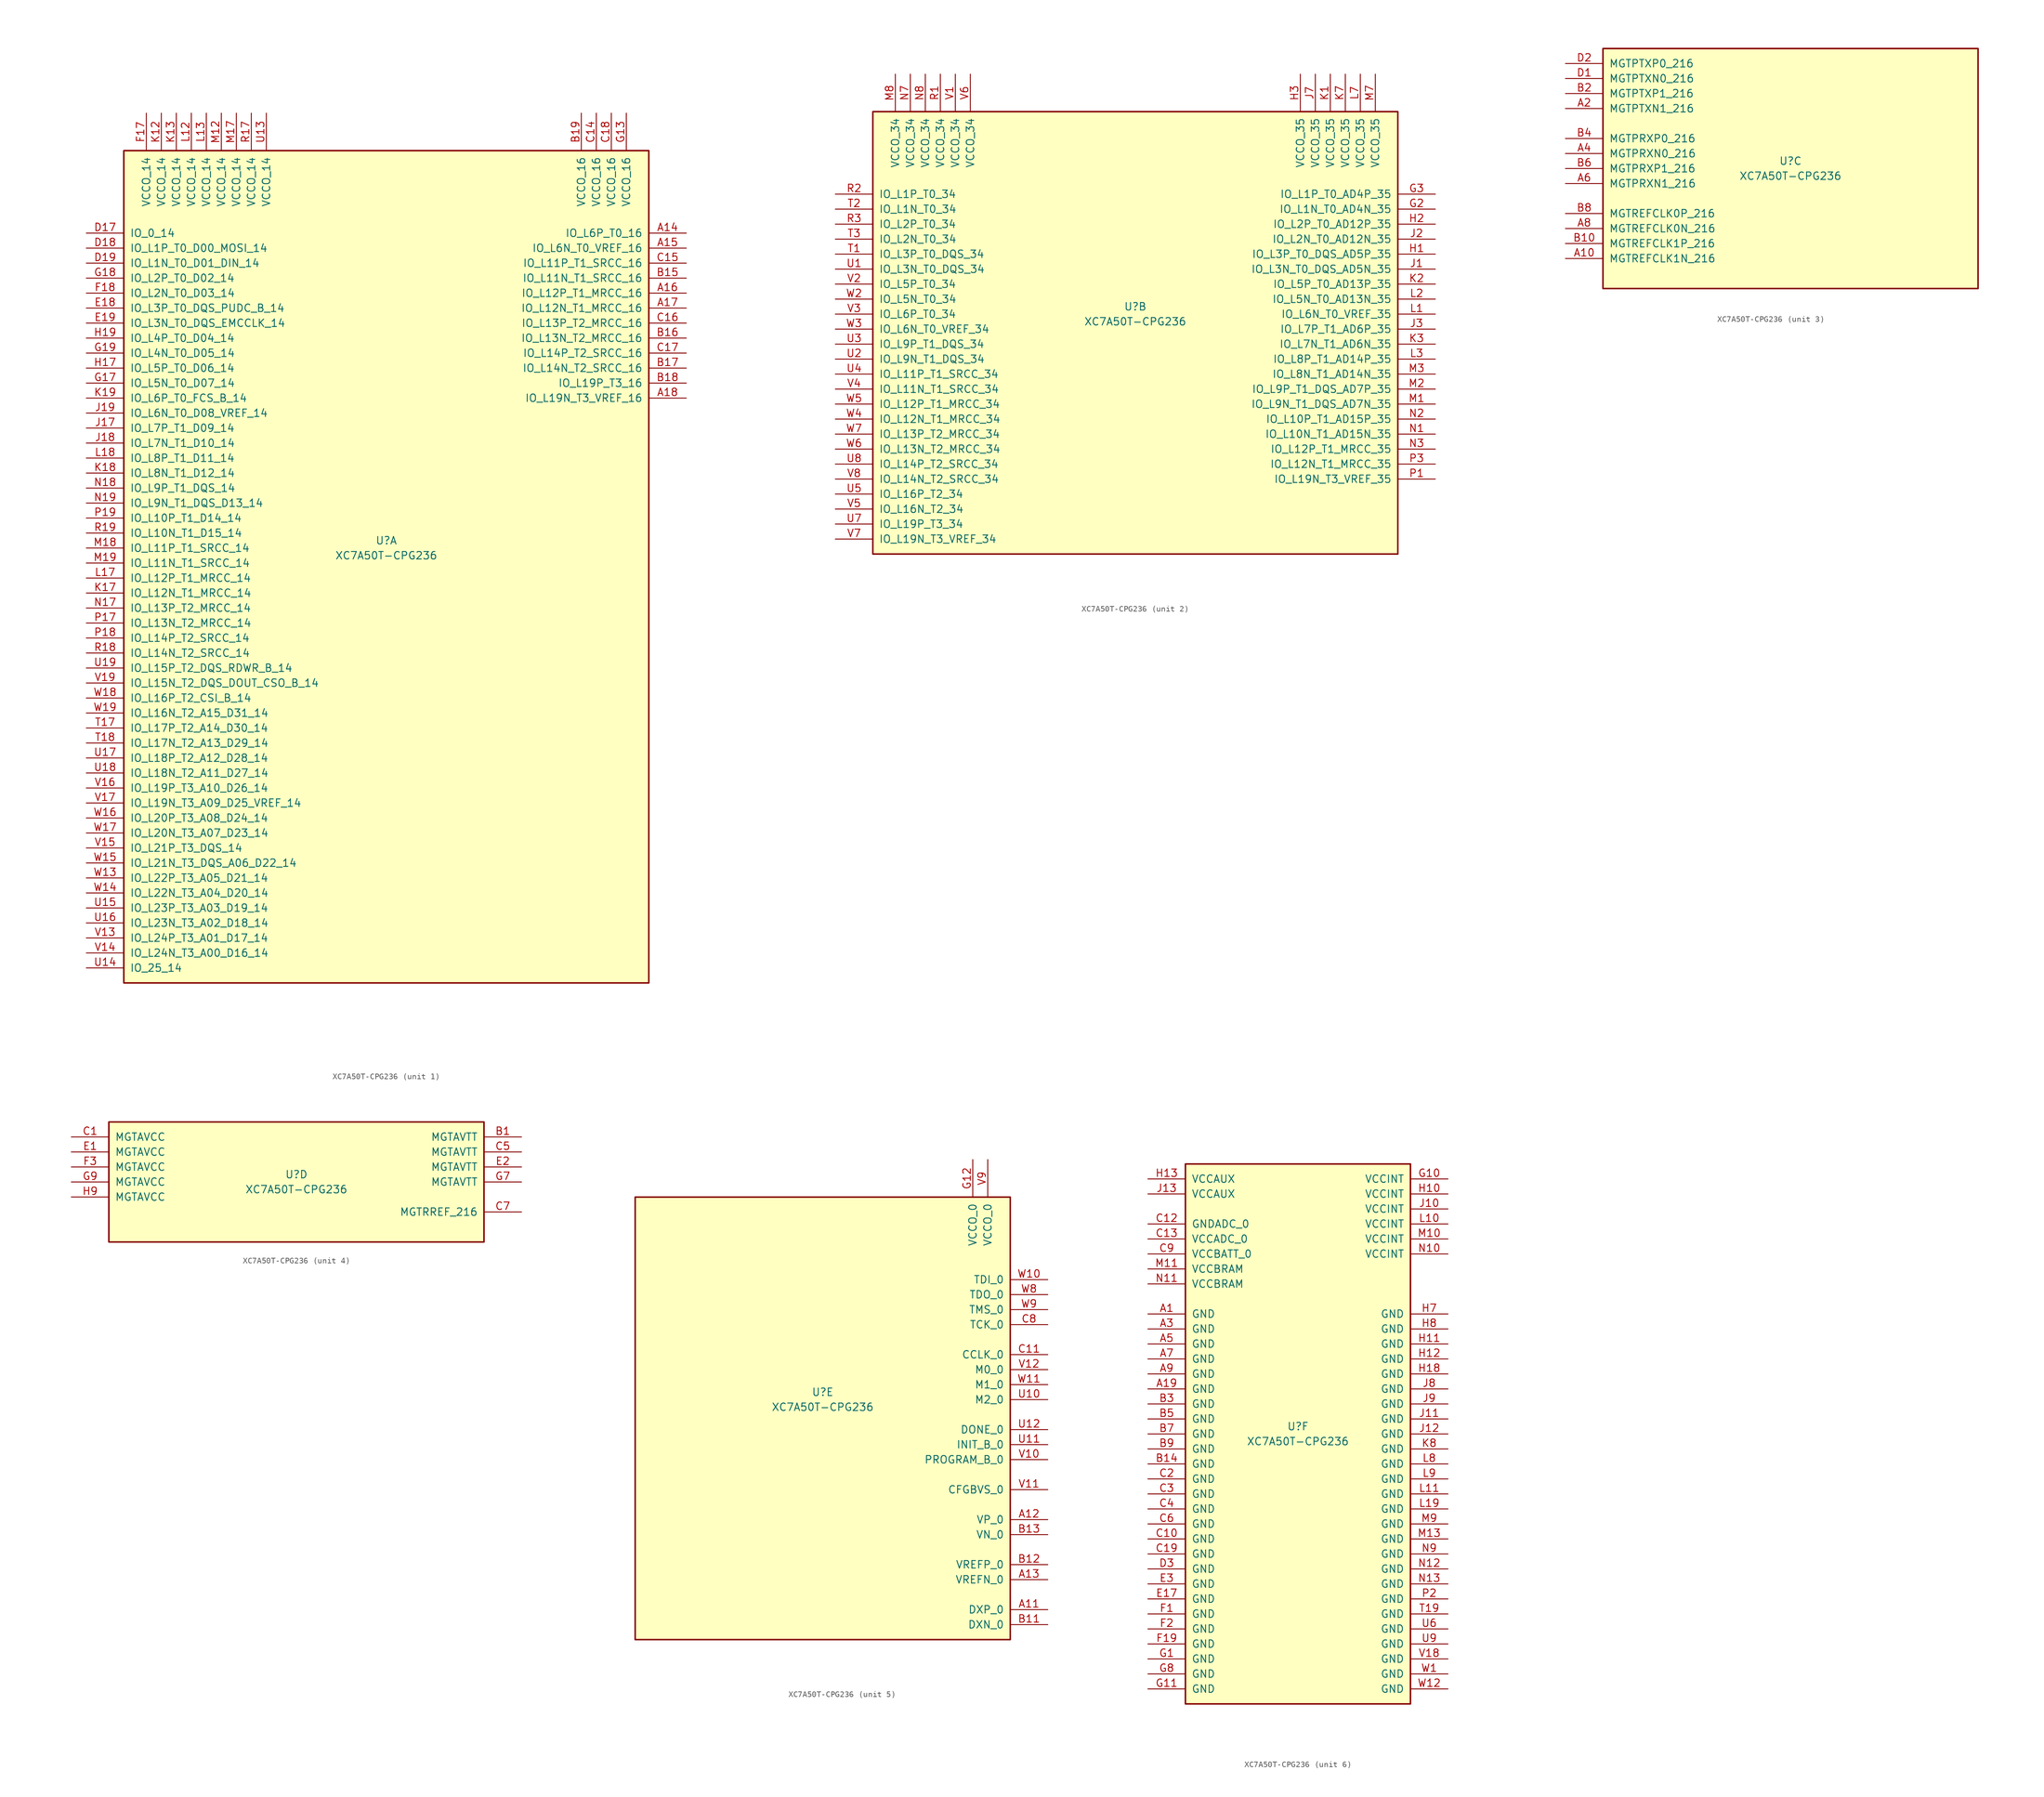
<source format=kicad_sym>
(kicad_symbol_lib
  (version 20201005)
  (generator kicad_symbol_editor)
  (symbol "XC7A50T-CPG236"
    (pin_names
      (offset 1.016))
    (property "Reference" "U"
      (at 0 1.27 0)
      (effects (font (size 1.27 1.27))))
    (property "Value" "XC7A50T-CPG236"
      (at 0 -1.27 0)
      (effects (font (size 1.27 1.27))))
    (property "Datasheet" ""
      (at 0 0 0)
      (effects (font (size 1.27 1.27))))
    (property "ki_locked" ""
      (at 0 0 0)
      (effects (font (size 1.27 1.27))))
    (symbol "XC7A50T-CPG236_1_1"
      (rectangle (start -44.45 67.31) (end 44.45 -73.66) (stroke (width 0.254)) (fill (type background)))
      (pin power_in line (at -40.64 73.66 270) (length 6.35) (name "VCCO_14" (effects (font (size 1.27 1.27)))) (number "F17" (effects (font (size 1.27 1.27)))))
      (pin power_in line (at -38.1 73.66 270) (length 6.35) (name "VCCO_14" (effects (font (size 1.27 1.27)))) (number "K12" (effects (font (size 1.27 1.27)))))
      (pin power_in line (at -35.56 73.66 270) (length 6.35) (name "VCCO_14" (effects (font (size 1.27 1.27)))) (number "K13" (effects (font (size 1.27 1.27)))))
      (pin power_in line (at -33.02 73.66 270) (length 6.35) (name "VCCO_14" (effects (font (size 1.27 1.27)))) (number "L12" (effects (font (size 1.27 1.27)))))
      (pin power_in line (at -30.48 73.66 270) (length 6.35) (name "VCCO_14" (effects (font (size 1.27 1.27)))) (number "L13" (effects (font (size 1.27 1.27)))))
      (pin power_in line (at -27.94 73.66 270) (length 6.35) (name "VCCO_14" (effects (font (size 1.27 1.27)))) (number "M12" (effects (font (size 1.27 1.27)))))
      (pin power_in line (at -25.4 73.66 270) (length 6.35) (name "VCCO_14" (effects (font (size 1.27 1.27)))) (number "M17" (effects (font (size 1.27 1.27)))))
      (pin power_in line (at -22.86 73.66 270) (length 6.35) (name "VCCO_14" (effects (font (size 1.27 1.27)))) (number "R17" (effects (font (size 1.27 1.27)))))
      (pin power_in line (at -20.32 73.66 270) (length 6.35) (name "VCCO_14" (effects (font (size 1.27 1.27)))) (number "U13" (effects (font (size 1.27 1.27)))))
      (pin bidirectional line (at -50.8 53.34 0) (length 6.35) (name "IO_0_14" (effects (font (size 1.27 1.27)))) (number "D17" (effects (font (size 1.27 1.27)))))
      (pin bidirectional line (at -50.8 50.8 0) (length 6.35) (name "IO_L1P_T0_D00_MOSI_14" (effects (font (size 1.27 1.27)))) (number "D18" (effects (font (size 1.27 1.27)))))
      (pin bidirectional line (at -50.8 48.26 0) (length 6.35) (name "IO_L1N_T0_D01_DIN_14" (effects (font (size 1.27 1.27)))) (number "D19" (effects (font (size 1.27 1.27)))))
      (pin bidirectional line (at -50.8 45.72 0) (length 6.35) (name "IO_L2P_T0_D02_14" (effects (font (size 1.27 1.27)))) (number "G18" (effects (font (size 1.27 1.27)))))
      (pin bidirectional line (at -50.8 43.18 0) (length 6.35) (name "IO_L2N_T0_D03_14" (effects (font (size 1.27 1.27)))) (number "F18" (effects (font (size 1.27 1.27)))))
      (pin bidirectional line (at -50.8 40.64 0) (length 6.35) (name "IO_L3P_T0_DQS_PUDC_B_14" (effects (font (size 1.27 1.27)))) (number "E18" (effects (font (size 1.27 1.27)))))
      (pin bidirectional line (at -50.8 38.1 0) (length 6.35) (name "IO_L3N_T0_DQS_EMCCLK_14" (effects (font (size 1.27 1.27)))) (number "E19" (effects (font (size 1.27 1.27)))))
      (pin bidirectional line (at -50.8 35.56 0) (length 6.35) (name "IO_L4P_T0_D04_14" (effects (font (size 1.27 1.27)))) (number "H19" (effects (font (size 1.27 1.27)))))
      (pin bidirectional line (at -50.8 33.02 0) (length 6.35) (name "IO_L4N_T0_D05_14" (effects (font (size 1.27 1.27)))) (number "G19" (effects (font (size 1.27 1.27)))))
      (pin bidirectional line (at -50.8 30.48 0) (length 6.35) (name "IO_L5P_T0_D06_14" (effects (font (size 1.27 1.27)))) (number "H17" (effects (font (size 1.27 1.27)))))
      (pin bidirectional line (at -50.8 27.94 0) (length 6.35) (name "IO_L5N_T0_D07_14" (effects (font (size 1.27 1.27)))) (number "G17" (effects (font (size 1.27 1.27)))))
      (pin bidirectional line (at -50.8 25.4 0) (length 6.35) (name "IO_L6P_T0_FCS_B_14" (effects (font (size 1.27 1.27)))) (number "K19" (effects (font (size 1.27 1.27)))))
      (pin bidirectional line (at -50.8 22.86 0) (length 6.35) (name "IO_L6N_T0_D08_VREF_14" (effects (font (size 1.27 1.27)))) (number "J19" (effects (font (size 1.27 1.27)))))
      (pin bidirectional line (at -50.8 20.32 0) (length 6.35) (name "IO_L7P_T1_D09_14" (effects (font (size 1.27 1.27)))) (number "J17" (effects (font (size 1.27 1.27)))))
      (pin bidirectional line (at -50.8 17.78 0) (length 6.35) (name "IO_L7N_T1_D10_14" (effects (font (size 1.27 1.27)))) (number "J18" (effects (font (size 1.27 1.27)))))
      (pin bidirectional line (at -50.8 15.24 0) (length 6.35) (name "IO_L8P_T1_D11_14" (effects (font (size 1.27 1.27)))) (number "L18" (effects (font (size 1.27 1.27)))))
      (pin bidirectional line (at -50.8 12.7 0) (length 6.35) (name "IO_L8N_T1_D12_14" (effects (font (size 1.27 1.27)))) (number "K18" (effects (font (size 1.27 1.27)))))
      (pin bidirectional line (at -50.8 10.16 0) (length 6.35) (name "IO_L9P_T1_DQS_14" (effects (font (size 1.27 1.27)))) (number "N18" (effects (font (size 1.27 1.27)))))
      (pin bidirectional line (at -50.8 7.62 0) (length 6.35) (name "IO_L9N_T1_DQS_D13_14" (effects (font (size 1.27 1.27)))) (number "N19" (effects (font (size 1.27 1.27)))))
      (pin bidirectional line (at -50.8 5.08 0) (length 6.35) (name "IO_L10P_T1_D14_14" (effects (font (size 1.27 1.27)))) (number "P19" (effects (font (size 1.27 1.27)))))
      (pin bidirectional line (at -50.8 2.54 0) (length 6.35) (name "IO_L10N_T1_D15_14" (effects (font (size 1.27 1.27)))) (number "R19" (effects (font (size 1.27 1.27)))))
      (pin bidirectional line (at -50.8 0 0) (length 6.35) (name "IO_L11P_T1_SRCC_14" (effects (font (size 1.27 1.27)))) (number "M18" (effects (font (size 1.27 1.27)))))
      (pin bidirectional line (at -50.8 -2.54 0) (length 6.35) (name "IO_L11N_T1_SRCC_14" (effects (font (size 1.27 1.27)))) (number "M19" (effects (font (size 1.27 1.27)))))
      (pin bidirectional line (at -50.8 -5.08 0) (length 6.35) (name "IO_L12P_T1_MRCC_14" (effects (font (size 1.27 1.27)))) (number "L17" (effects (font (size 1.27 1.27)))))
      (pin bidirectional line (at -50.8 -7.62 0) (length 6.35) (name "IO_L12N_T1_MRCC_14" (effects (font (size 1.27 1.27)))) (number "K17" (effects (font (size 1.27 1.27)))))
      (pin bidirectional line (at -50.8 -10.16 0) (length 6.35) (name "IO_L13P_T2_MRCC_14" (effects (font (size 1.27 1.27)))) (number "N17" (effects (font (size 1.27 1.27)))))
      (pin bidirectional line (at -50.8 -12.7 0) (length 6.35) (name "IO_L13N_T2_MRCC_14" (effects (font (size 1.27 1.27)))) (number "P17" (effects (font (size 1.27 1.27)))))
      (pin bidirectional line (at -50.8 -15.24 0) (length 6.35) (name "IO_L14P_T2_SRCC_14" (effects (font (size 1.27 1.27)))) (number "P18" (effects (font (size 1.27 1.27)))))
      (pin bidirectional line (at -50.8 -17.78 0) (length 6.35) (name "IO_L14N_T2_SRCC_14" (effects (font (size 1.27 1.27)))) (number "R18" (effects (font (size 1.27 1.27)))))
      (pin bidirectional line (at -50.8 -20.32 0) (length 6.35) (name "IO_L15P_T2_DQS_RDWR_B_14" (effects (font (size 1.27 1.27)))) (number "U19" (effects (font (size 1.27 1.27)))))
      (pin bidirectional line (at -50.8 -22.86 0) (length 6.35) (name "IO_L15N_T2_DQS_DOUT_CSO_B_14" (effects (font (size 1.27 1.27)))) (number "V19" (effects (font (size 1.27 1.27)))))
      (pin bidirectional line (at -50.8 -25.4 0) (length 6.35) (name "IO_L16P_T2_CSI_B_14" (effects (font (size 1.27 1.27)))) (number "W18" (effects (font (size 1.27 1.27)))))
      (pin bidirectional line (at -50.8 -27.94 0) (length 6.35) (name "IO_L16N_T2_A15_D31_14" (effects (font (size 1.27 1.27)))) (number "W19" (effects (font (size 1.27 1.27)))))
      (pin bidirectional line (at -50.8 -30.48 0) (length 6.35) (name "IO_L17P_T2_A14_D30_14" (effects (font (size 1.27 1.27)))) (number "T17" (effects (font (size 1.27 1.27)))))
      (pin bidirectional line (at -50.8 -33.02 0) (length 6.35) (name "IO_L17N_T2_A13_D29_14" (effects (font (size 1.27 1.27)))) (number "T18" (effects (font (size 1.27 1.27)))))
      (pin bidirectional line (at -50.8 -35.56 0) (length 6.35) (name "IO_L18P_T2_A12_D28_14" (effects (font (size 1.27 1.27)))) (number "U17" (effects (font (size 1.27 1.27)))))
      (pin bidirectional line (at -50.8 -38.1 0) (length 6.35) (name "IO_L18N_T2_A11_D27_14" (effects (font (size 1.27 1.27)))) (number "U18" (effects (font (size 1.27 1.27)))))
      (pin bidirectional line (at -50.8 -40.64 0) (length 6.35) (name "IO_L19P_T3_A10_D26_14" (effects (font (size 1.27 1.27)))) (number "V16" (effects (font (size 1.27 1.27)))))
      (pin bidirectional line (at -50.8 -43.18 0) (length 6.35) (name "IO_L19N_T3_A09_D25_VREF_14" (effects (font (size 1.27 1.27)))) (number "V17" (effects (font (size 1.27 1.27)))))
      (pin bidirectional line (at -50.8 -45.72 0) (length 6.35) (name "IO_L20P_T3_A08_D24_14" (effects (font (size 1.27 1.27)))) (number "W16" (effects (font (size 1.27 1.27)))))
      (pin bidirectional line (at -50.8 -48.26 0) (length 6.35) (name "IO_L20N_T3_A07_D23_14" (effects (font (size 1.27 1.27)))) (number "W17" (effects (font (size 1.27 1.27)))))
      (pin bidirectional line (at -50.8 -50.8 0) (length 6.35) (name "IO_L21P_T3_DQS_14" (effects (font (size 1.27 1.27)))) (number "V15" (effects (font (size 1.27 1.27)))))
      (pin bidirectional line (at -50.8 -53.34 0) (length 6.35) (name "IO_L21N_T3_DQS_A06_D22_14" (effects (font (size 1.27 1.27)))) (number "W15" (effects (font (size 1.27 1.27)))))
      (pin bidirectional line (at -50.8 -55.88 0) (length 6.35) (name "IO_L22P_T3_A05_D21_14" (effects (font (size 1.27 1.27)))) (number "W13" (effects (font (size 1.27 1.27)))))
      (pin bidirectional line (at -50.8 -58.42 0) (length 6.35) (name "IO_L22N_T3_A04_D20_14" (effects (font (size 1.27 1.27)))) (number "W14" (effects (font (size 1.27 1.27)))))
      (pin bidirectional line (at -50.8 -60.96 0) (length 6.35) (name "IO_L23P_T3_A03_D19_14" (effects (font (size 1.27 1.27)))) (number "U15" (effects (font (size 1.27 1.27)))))
      (pin bidirectional line (at -50.8 -63.5 0) (length 6.35) (name "IO_L23N_T3_A02_D18_14" (effects (font (size 1.27 1.27)))) (number "U16" (effects (font (size 1.27 1.27)))))
      (pin bidirectional line (at -50.8 -66.04 0) (length 6.35) (name "IO_L24P_T3_A01_D17_14" (effects (font (size 1.27 1.27)))) (number "V13" (effects (font (size 1.27 1.27)))))
      (pin bidirectional line (at -50.8 -68.58 0) (length 6.35) (name "IO_L24N_T3_A00_D16_14" (effects (font (size 1.27 1.27)))) (number "V14" (effects (font (size 1.27 1.27)))))
      (pin bidirectional line (at -50.8 -71.12 0) (length 6.35) (name "IO_25_14" (effects (font (size 1.27 1.27)))) (number "U14" (effects (font (size 1.27 1.27)))))
      (pin power_in line (at 33.02 73.66 270) (length 6.35) (name "VCCO_16" (effects (font (size 1.27 1.27)))) (number "B19" (effects (font (size 1.27 1.27)))))
      (pin power_in line (at 35.56 73.66 270) (length 6.35) (name "VCCO_16" (effects (font (size 1.27 1.27)))) (number "C14" (effects (font (size 1.27 1.27)))))
      (pin power_in line (at 38.1 73.66 270) (length 6.35) (name "VCCO_16" (effects (font (size 1.27 1.27)))) (number "C18" (effects (font (size 1.27 1.27)))))
      (pin power_in line (at 40.64 73.66 270) (length 6.35) (name "VCCO_16" (effects (font (size 1.27 1.27)))) (number "G13" (effects (font (size 1.27 1.27)))))
      (pin bidirectional line (at 50.8 53.34 180) (length 6.35) (name "IO_L6P_T0_16" (effects (font (size 1.27 1.27)))) (number "A14" (effects (font (size 1.27 1.27)))))
      (pin bidirectional line (at 50.8 50.8 180) (length 6.35) (name "IO_L6N_T0_VREF_16" (effects (font (size 1.27 1.27)))) (number "A15" (effects (font (size 1.27 1.27)))))
      (pin bidirectional line (at 50.8 48.26 180) (length 6.35) (name "IO_L11P_T1_SRCC_16" (effects (font (size 1.27 1.27)))) (number "C15" (effects (font (size 1.27 1.27)))))
      (pin bidirectional line (at 50.8 45.72 180) (length 6.35) (name "IO_L11N_T1_SRCC_16" (effects (font (size 1.27 1.27)))) (number "B15" (effects (font (size 1.27 1.27)))))
      (pin bidirectional line (at 50.8 43.18 180) (length 6.35) (name "IO_L12P_T1_MRCC_16" (effects (font (size 1.27 1.27)))) (number "A16" (effects (font (size 1.27 1.27)))))
      (pin bidirectional line (at 50.8 40.64 180) (length 6.35) (name "IO_L12N_T1_MRCC_16" (effects (font (size 1.27 1.27)))) (number "A17" (effects (font (size 1.27 1.27)))))
      (pin bidirectional line (at 50.8 38.1 180) (length 6.35) (name "IO_L13P_T2_MRCC_16" (effects (font (size 1.27 1.27)))) (number "C16" (effects (font (size 1.27 1.27)))))
      (pin bidirectional line (at 50.8 35.56 180) (length 6.35) (name "IO_L13N_T2_MRCC_16" (effects (font (size 1.27 1.27)))) (number "B16" (effects (font (size 1.27 1.27)))))
      (pin bidirectional line (at 50.8 33.02 180) (length 6.35) (name "IO_L14P_T2_SRCC_16" (effects (font (size 1.27 1.27)))) (number "C17" (effects (font (size 1.27 1.27)))))
      (pin bidirectional line (at 50.8 30.48 180) (length 6.35) (name "IO_L14N_T2_SRCC_16" (effects (font (size 1.27 1.27)))) (number "B17" (effects (font (size 1.27 1.27)))))
      (pin bidirectional line (at 50.8 27.94 180) (length 6.35) (name "IO_L19P_T3_16" (effects (font (size 1.27 1.27)))) (number "B18" (effects (font (size 1.27 1.27)))))
      (pin bidirectional line (at 50.8 25.4 180) (length 6.35) (name "IO_L19N_T3_VREF_16" (effects (font (size 1.27 1.27)))) (number "A18" (effects (font (size 1.27 1.27))))))
    (symbol "XC7A50T-CPG236_2_1"
      (rectangle (start -44.45 34.29) (end 44.45 -40.64) (stroke (width 0.254)) (fill (type background)))
      (pin power_in line (at -40.64 40.64 270) (length 6.35) (name "VCCO_34" (effects (font (size 1.27 1.27)))) (number "M8" (effects (font (size 1.27 1.27)))))
      (pin power_in line (at -38.1 40.64 270) (length 6.35) (name "VCCO_34" (effects (font (size 1.27 1.27)))) (number "N7" (effects (font (size 1.27 1.27)))))
      (pin power_in line (at -35.56 40.64 270) (length 6.35) (name "VCCO_34" (effects (font (size 1.27 1.27)))) (number "N8" (effects (font (size 1.27 1.27)))))
      (pin power_in line (at -33.02 40.64 270) (length 6.35) (name "VCCO_34" (effects (font (size 1.27 1.27)))) (number "R1" (effects (font (size 1.27 1.27)))))
      (pin power_in line (at -30.48 40.64 270) (length 6.35) (name "VCCO_34" (effects (font (size 1.27 1.27)))) (number "V1" (effects (font (size 1.27 1.27)))))
      (pin power_in line (at -27.94 40.64 270) (length 6.35) (name "VCCO_34" (effects (font (size 1.27 1.27)))) (number "V6" (effects (font (size 1.27 1.27)))))
      (pin bidirectional line (at -50.8 20.32 0) (length 6.35) (name "IO_L1P_T0_34" (effects (font (size 1.27 1.27)))) (number "R2" (effects (font (size 1.27 1.27)))))
      (pin bidirectional line (at -50.8 17.78 0) (length 6.35) (name "IO_L1N_T0_34" (effects (font (size 1.27 1.27)))) (number "T2" (effects (font (size 1.27 1.27)))))
      (pin bidirectional line (at -50.8 15.24 0) (length 6.35) (name "IO_L2P_T0_34" (effects (font (size 1.27 1.27)))) (number "R3" (effects (font (size 1.27 1.27)))))
      (pin bidirectional line (at -50.8 12.7 0) (length 6.35) (name "IO_L2N_T0_34" (effects (font (size 1.27 1.27)))) (number "T3" (effects (font (size 1.27 1.27)))))
      (pin bidirectional line (at -50.8 10.16 0) (length 6.35) (name "IO_L3P_T0_DQS_34" (effects (font (size 1.27 1.27)))) (number "T1" (effects (font (size 1.27 1.27)))))
      (pin bidirectional line (at -50.8 7.62 0) (length 6.35) (name "IO_L3N_T0_DQS_34" (effects (font (size 1.27 1.27)))) (number "U1" (effects (font (size 1.27 1.27)))))
      (pin bidirectional line (at -50.8 5.08 0) (length 6.35) (name "IO_L5P_T0_34" (effects (font (size 1.27 1.27)))) (number "V2" (effects (font (size 1.27 1.27)))))
      (pin bidirectional line (at -50.8 2.54 0) (length 6.35) (name "IO_L5N_T0_34" (effects (font (size 1.27 1.27)))) (number "W2" (effects (font (size 1.27 1.27)))))
      (pin bidirectional line (at -50.8 0 0) (length 6.35) (name "IO_L6P_T0_34" (effects (font (size 1.27 1.27)))) (number "V3" (effects (font (size 1.27 1.27)))))
      (pin bidirectional line (at -50.8 -2.54 0) (length 6.35) (name "IO_L6N_T0_VREF_34" (effects (font (size 1.27 1.27)))) (number "W3" (effects (font (size 1.27 1.27)))))
      (pin bidirectional line (at -50.8 -5.08 0) (length 6.35) (name "IO_L9P_T1_DQS_34" (effects (font (size 1.27 1.27)))) (number "U3" (effects (font (size 1.27 1.27)))))
      (pin bidirectional line (at -50.8 -7.62 0) (length 6.35) (name "IO_L9N_T1_DQS_34" (effects (font (size 1.27 1.27)))) (number "U2" (effects (font (size 1.27 1.27)))))
      (pin bidirectional line (at -50.8 -10.16 0) (length 6.35) (name "IO_L11P_T1_SRCC_34" (effects (font (size 1.27 1.27)))) (number "U4" (effects (font (size 1.27 1.27)))))
      (pin bidirectional line (at -50.8 -12.7 0) (length 6.35) (name "IO_L11N_T1_SRCC_34" (effects (font (size 1.27 1.27)))) (number "V4" (effects (font (size 1.27 1.27)))))
      (pin bidirectional line (at -50.8 -15.24 0) (length 6.35) (name "IO_L12P_T1_MRCC_34" (effects (font (size 1.27 1.27)))) (number "W5" (effects (font (size 1.27 1.27)))))
      (pin bidirectional line (at -50.8 -17.78 0) (length 6.35) (name "IO_L12N_T1_MRCC_34" (effects (font (size 1.27 1.27)))) (number "W4" (effects (font (size 1.27 1.27)))))
      (pin bidirectional line (at -50.8 -20.32 0) (length 6.35) (name "IO_L13P_T2_MRCC_34" (effects (font (size 1.27 1.27)))) (number "W7" (effects (font (size 1.27 1.27)))))
      (pin bidirectional line (at -50.8 -22.86 0) (length 6.35) (name "IO_L13N_T2_MRCC_34" (effects (font (size 1.27 1.27)))) (number "W6" (effects (font (size 1.27 1.27)))))
      (pin bidirectional line (at -50.8 -25.4 0) (length 6.35) (name "IO_L14P_T2_SRCC_34" (effects (font (size 1.27 1.27)))) (number "U8" (effects (font (size 1.27 1.27)))))
      (pin bidirectional line (at -50.8 -27.94 0) (length 6.35) (name "IO_L14N_T2_SRCC_34" (effects (font (size 1.27 1.27)))) (number "V8" (effects (font (size 1.27 1.27)))))
      (pin bidirectional line (at -50.8 -30.48 0) (length 6.35) (name "IO_L16P_T2_34" (effects (font (size 1.27 1.27)))) (number "U5" (effects (font (size 1.27 1.27)))))
      (pin bidirectional line (at -50.8 -33.02 0) (length 6.35) (name "IO_L16N_T2_34" (effects (font (size 1.27 1.27)))) (number "V5" (effects (font (size 1.27 1.27)))))
      (pin bidirectional line (at -50.8 -35.56 0) (length 6.35) (name "IO_L19P_T3_34" (effects (font (size 1.27 1.27)))) (number "U7" (effects (font (size 1.27 1.27)))))
      (pin bidirectional line (at -50.8 -38.1 0) (length 6.35) (name "IO_L19N_T3_VREF_34" (effects (font (size 1.27 1.27)))) (number "V7" (effects (font (size 1.27 1.27)))))
      (pin power_in line (at 27.94 40.64 270) (length 6.35) (name "VCCO_35" (effects (font (size 1.27 1.27)))) (number "H3" (effects (font (size 1.27 1.27)))))
      (pin power_in line (at 30.48 40.64 270) (length 6.35) (name "VCCO_35" (effects (font (size 1.27 1.27)))) (number "J7" (effects (font (size 1.27 1.27)))))
      (pin power_in line (at 33.02 40.64 270) (length 6.35) (name "VCCO_35" (effects (font (size 1.27 1.27)))) (number "K1" (effects (font (size 1.27 1.27)))))
      (pin power_in line (at 35.56 40.64 270) (length 6.35) (name "VCCO_35" (effects (font (size 1.27 1.27)))) (number "K7" (effects (font (size 1.27 1.27)))))
      (pin power_in line (at 38.1 40.64 270) (length 6.35) (name "VCCO_35" (effects (font (size 1.27 1.27)))) (number "L7" (effects (font (size 1.27 1.27)))))
      (pin power_in line (at 40.64 40.64 270) (length 6.35) (name "VCCO_35" (effects (font (size 1.27 1.27)))) (number "M7" (effects (font (size 1.27 1.27)))))
      (pin bidirectional line (at 50.8 20.32 180) (length 6.35) (name "IO_L1P_T0_AD4P_35" (effects (font (size 1.27 1.27)))) (number "G3" (effects (font (size 1.27 1.27)))))
      (pin bidirectional line (at 50.8 17.78 180) (length 6.35) (name "IO_L1N_T0_AD4N_35" (effects (font (size 1.27 1.27)))) (number "G2" (effects (font (size 1.27 1.27)))))
      (pin bidirectional line (at 50.8 15.24 180) (length 6.35) (name "IO_L2P_T0_AD12P_35" (effects (font (size 1.27 1.27)))) (number "H2" (effects (font (size 1.27 1.27)))))
      (pin bidirectional line (at 50.8 12.7 180) (length 6.35) (name "IO_L2N_T0_AD12N_35" (effects (font (size 1.27 1.27)))) (number "J2" (effects (font (size 1.27 1.27)))))
      (pin bidirectional line (at 50.8 10.16 180) (length 6.35) (name "IO_L3P_T0_DQS_AD5P_35" (effects (font (size 1.27 1.27)))) (number "H1" (effects (font (size 1.27 1.27)))))
      (pin bidirectional line (at 50.8 7.62 180) (length 6.35) (name "IO_L3N_T0_DQS_AD5N_35" (effects (font (size 1.27 1.27)))) (number "J1" (effects (font (size 1.27 1.27)))))
      (pin bidirectional line (at 50.8 5.08 180) (length 6.35) (name "IO_L5P_T0_AD13P_35" (effects (font (size 1.27 1.27)))) (number "K2" (effects (font (size 1.27 1.27)))))
      (pin bidirectional line (at 50.8 2.54 180) (length 6.35) (name "IO_L5N_T0_AD13N_35" (effects (font (size 1.27 1.27)))) (number "L2" (effects (font (size 1.27 1.27)))))
      (pin bidirectional line (at 50.8 0 180) (length 6.35) (name "IO_L6N_T0_VREF_35" (effects (font (size 1.27 1.27)))) (number "L1" (effects (font (size 1.27 1.27)))))
      (pin bidirectional line (at 50.8 -2.54 180) (length 6.35) (name "IO_L7P_T1_AD6P_35" (effects (font (size 1.27 1.27)))) (number "J3" (effects (font (size 1.27 1.27)))))
      (pin bidirectional line (at 50.8 -5.08 180) (length 6.35) (name "IO_L7N_T1_AD6N_35" (effects (font (size 1.27 1.27)))) (number "K3" (effects (font (size 1.27 1.27)))))
      (pin bidirectional line (at 50.8 -7.62 180) (length 6.35) (name "IO_L8P_T1_AD14P_35" (effects (font (size 1.27 1.27)))) (number "L3" (effects (font (size 1.27 1.27)))))
      (pin bidirectional line (at 50.8 -10.16 180) (length 6.35) (name "IO_L8N_T1_AD14N_35" (effects (font (size 1.27 1.27)))) (number "M3" (effects (font (size 1.27 1.27)))))
      (pin bidirectional line (at 50.8 -12.7 180) (length 6.35) (name "IO_L9P_T1_DQS_AD7P_35" (effects (font (size 1.27 1.27)))) (number "M2" (effects (font (size 1.27 1.27)))))
      (pin bidirectional line (at 50.8 -15.24 180) (length 6.35) (name "IO_L9N_T1_DQS_AD7N_35" (effects (font (size 1.27 1.27)))) (number "M1" (effects (font (size 1.27 1.27)))))
      (pin bidirectional line (at 50.8 -17.78 180) (length 6.35) (name "IO_L10P_T1_AD15P_35" (effects (font (size 1.27 1.27)))) (number "N2" (effects (font (size 1.27 1.27)))))
      (pin bidirectional line (at 50.8 -20.32 180) (length 6.35) (name "IO_L10N_T1_AD15N_35" (effects (font (size 1.27 1.27)))) (number "N1" (effects (font (size 1.27 1.27)))))
      (pin bidirectional line (at 50.8 -22.86 180) (length 6.35) (name "IO_L12P_T1_MRCC_35" (effects (font (size 1.27 1.27)))) (number "N3" (effects (font (size 1.27 1.27)))))
      (pin bidirectional line (at 50.8 -25.4 180) (length 6.35) (name "IO_L12N_T1_MRCC_35" (effects (font (size 1.27 1.27)))) (number "P3" (effects (font (size 1.27 1.27)))))
      (pin bidirectional line (at 50.8 -27.94 180) (length 6.35) (name "IO_L19N_T3_VREF_35" (effects (font (size 1.27 1.27)))) (number "P1" (effects (font (size 1.27 1.27))))))
    (symbol "XC7A50T-CPG236_3_1"
      (rectangle (start -31.75 20.32) (end 31.75 -20.32) (stroke (width 0.254)) (fill (type background)))
      (pin bidirectional line (at -38.1 17.78 0) (length 6.35) (name "MGTPTXP0_216" (effects (font (size 1.27 1.27)))) (number "D2" (effects (font (size 1.27 1.27)))))
      (pin bidirectional line (at -38.1 15.24 0) (length 6.35) (name "MGTPTXN0_216" (effects (font (size 1.27 1.27)))) (number "D1" (effects (font (size 1.27 1.27)))))
      (pin bidirectional line (at -38.1 12.7 0) (length 6.35) (name "MGTPTXP1_216" (effects (font (size 1.27 1.27)))) (number "B2" (effects (font (size 1.27 1.27)))))
      (pin bidirectional line (at -38.1 10.16 0) (length 6.35) (name "MGTPTXN1_216" (effects (font (size 1.27 1.27)))) (number "A2" (effects (font (size 1.27 1.27)))))
      (pin bidirectional line (at -38.1 5.08 0) (length 6.35) (name "MGTPRXP0_216" (effects (font (size 1.27 1.27)))) (number "B4" (effects (font (size 1.27 1.27)))))
      (pin bidirectional line (at -38.1 2.54 0) (length 6.35) (name "MGTPRXN0_216" (effects (font (size 1.27 1.27)))) (number "A4" (effects (font (size 1.27 1.27)))))
      (pin bidirectional line (at -38.1 0 0) (length 6.35) (name "MGTPRXP1_216" (effects (font (size 1.27 1.27)))) (number "B6" (effects (font (size 1.27 1.27)))))
      (pin bidirectional line (at -38.1 -2.54 0) (length 6.35) (name "MGTPRXN1_216" (effects (font (size 1.27 1.27)))) (number "A6" (effects (font (size 1.27 1.27)))))
      (pin bidirectional line (at -38.1 -7.62 0) (length 6.35) (name "MGTREFCLK0P_216" (effects (font (size 1.27 1.27)))) (number "B8" (effects (font (size 1.27 1.27)))))
      (pin bidirectional line (at -38.1 -10.16 0) (length 6.35) (name "MGTREFCLK0N_216" (effects (font (size 1.27 1.27)))) (number "A8" (effects (font (size 1.27 1.27)))))
      (pin bidirectional line (at -38.1 -12.7 0) (length 6.35) (name "MGTREFCLK1P_216" (effects (font (size 1.27 1.27)))) (number "B10" (effects (font (size 1.27 1.27)))))
      (pin bidirectional line (at -38.1 -15.24 0) (length 6.35) (name "MGTREFCLK1N_216" (effects (font (size 1.27 1.27)))) (number "A10" (effects (font (size 1.27 1.27))))))
    (symbol "XC7A50T-CPG236_4_1"
      (rectangle (start -31.75 10.16) (end 31.75 -10.16) (stroke (width 0.254)) (fill (type background)))
      (pin power_in line (at -38.1 7.62 0) (length 6.35) (name "MGTAVCC" (effects (font (size 1.27 1.27)))) (number "C1" (effects (font (size 1.27 1.27)))))
      (pin power_in line (at -38.1 5.08 0) (length 6.35) (name "MGTAVCC" (effects (font (size 1.27 1.27)))) (number "E1" (effects (font (size 1.27 1.27)))))
      (pin power_in line (at -38.1 2.54 0) (length 6.35) (name "MGTAVCC" (effects (font (size 1.27 1.27)))) (number "F3" (effects (font (size 1.27 1.27)))))
      (pin power_in line (at -38.1 0 0) (length 6.35) (name "MGTAVCC" (effects (font (size 1.27 1.27)))) (number "G9" (effects (font (size 1.27 1.27)))))
      (pin power_in line (at -38.1 -2.54 0) (length 6.35) (name "MGTAVCC" (effects (font (size 1.27 1.27)))) (number "H9" (effects (font (size 1.27 1.27)))))
      (pin power_in line (at 38.1 7.62 180) (length 6.35) (name "MGTAVTT" (effects (font (size 1.27 1.27)))) (number "B1" (effects (font (size 1.27 1.27)))))
      (pin power_in line (at 38.1 5.08 180) (length 6.35) (name "MGTAVTT" (effects (font (size 1.27 1.27)))) (number "C5" (effects (font (size 1.27 1.27)))))
      (pin power_in line (at 38.1 2.54 180) (length 6.35) (name "MGTAVTT" (effects (font (size 1.27 1.27)))) (number "E2" (effects (font (size 1.27 1.27)))))
      (pin power_in line (at 38.1 0 180) (length 6.35) (name "MGTAVTT" (effects (font (size 1.27 1.27)))) (number "G7" (effects (font (size 1.27 1.27)))))
      (pin power_in line (at 38.1 -5.08 180) (length 6.35) (name "MGTRREF_216" (effects (font (size 1.27 1.27)))) (number "C7" (effects (font (size 1.27 1.27))))))
    (symbol "XC7A50T-CPG236_5_1"
      (rectangle (start -31.75 34.29) (end 31.75 -40.64) (stroke (width 0.254)) (fill (type background)))
      (pin power_in line (at 25.4 40.64 270) (length 6.35) (name "VCCO_0" (effects (font (size 1.27 1.27)))) (number "G12" (effects (font (size 1.27 1.27)))))
      (pin power_in line (at 27.94 40.64 270) (length 6.35) (name "VCCO_0" (effects (font (size 1.27 1.27)))) (number "V9" (effects (font (size 1.27 1.27)))))
      (pin bidirectional line (at 38.1 20.32 180) (length 6.35) (name "TDI_0" (effects (font (size 1.27 1.27)))) (number "W10" (effects (font (size 1.27 1.27)))))
      (pin bidirectional line (at 38.1 17.78 180) (length 6.35) (name "TDO_0" (effects (font (size 1.27 1.27)))) (number "W8" (effects (font (size 1.27 1.27)))))
      (pin bidirectional line (at 38.1 15.24 180) (length 6.35) (name "TMS_0" (effects (font (size 1.27 1.27)))) (number "W9" (effects (font (size 1.27 1.27)))))
      (pin bidirectional line (at 38.1 12.7 180) (length 6.35) (name "TCK_0" (effects (font (size 1.27 1.27)))) (number "C8" (effects (font (size 1.27 1.27)))))
      (pin bidirectional line (at 38.1 7.62 180) (length 6.35) (name "CCLK_0" (effects (font (size 1.27 1.27)))) (number "C11" (effects (font (size 1.27 1.27)))))
      (pin bidirectional line (at 38.1 5.08 180) (length 6.35) (name "M0_0" (effects (font (size 1.27 1.27)))) (number "V12" (effects (font (size 1.27 1.27)))))
      (pin bidirectional line (at 38.1 2.54 180) (length 6.35) (name "M1_0" (effects (font (size 1.27 1.27)))) (number "W11" (effects (font (size 1.27 1.27)))))
      (pin bidirectional line (at 38.1 0 180) (length 6.35) (name "M2_0" (effects (font (size 1.27 1.27)))) (number "U10" (effects (font (size 1.27 1.27)))))
      (pin bidirectional line (at 38.1 -5.08 180) (length 6.35) (name "DONE_0" (effects (font (size 1.27 1.27)))) (number "U12" (effects (font (size 1.27 1.27)))))
      (pin bidirectional line (at 38.1 -7.62 180) (length 6.35) (name "INIT_B_0" (effects (font (size 1.27 1.27)))) (number "U11" (effects (font (size 1.27 1.27)))))
      (pin bidirectional line (at 38.1 -10.16 180) (length 6.35) (name "PROGRAM_B_0" (effects (font (size 1.27 1.27)))) (number "V10" (effects (font (size 1.27 1.27)))))
      (pin bidirectional line (at 38.1 -15.24 180) (length 6.35) (name "CFGBVS_0" (effects (font (size 1.27 1.27)))) (number "V11" (effects (font (size 1.27 1.27)))))
      (pin bidirectional line (at 38.1 -20.32 180) (length 6.35) (name "VP_0" (effects (font (size 1.27 1.27)))) (number "A12" (effects (font (size 1.27 1.27)))))
      (pin bidirectional line (at 38.1 -22.86 180) (length 6.35) (name "VN_0" (effects (font (size 1.27 1.27)))) (number "B13" (effects (font (size 1.27 1.27)))))
      (pin bidirectional line (at 38.1 -27.94 180) (length 6.35) (name "VREFP_0" (effects (font (size 1.27 1.27)))) (number "B12" (effects (font (size 1.27 1.27)))))
      (pin bidirectional line (at 38.1 -30.48 180) (length 6.35) (name "VREFN_0" (effects (font (size 1.27 1.27)))) (number "A13" (effects (font (size 1.27 1.27)))))
      (pin bidirectional line (at 38.1 -35.56 180) (length 6.35) (name "DXP_0" (effects (font (size 1.27 1.27)))) (number "A11" (effects (font (size 1.27 1.27)))))
      (pin bidirectional line (at 38.1 -38.1 180) (length 6.35) (name "DXN_0" (effects (font (size 1.27 1.27)))) (number "B11" (effects (font (size 1.27 1.27))))))
    (symbol "XC7A50T-CPG236_6_1"
      (rectangle (start -19.05 45.72) (end 19.05 -45.72) (stroke (width 0.254)) (fill (type background)))
      (pin power_in line (at -25.4 43.18 0) (length 6.35) (name "VCCAUX" (effects (font (size 1.27 1.27)))) (number "H13" (effects (font (size 1.27 1.27)))))
      (pin power_in line (at -25.4 40.64 0) (length 6.35) (name "VCCAUX" (effects (font (size 1.27 1.27)))) (number "J13" (effects (font (size 1.27 1.27)))))
      (pin power_in line (at -25.4 35.56 0) (length 6.35) (name "GNDADC_0" (effects (font (size 1.27 1.27)))) (number "C12" (effects (font (size 1.27 1.27)))))
      (pin power_in line (at -25.4 33.02 0) (length 6.35) (name "VCCADC_0" (effects (font (size 1.27 1.27)))) (number "C13" (effects (font (size 1.27 1.27)))))
      (pin power_in line (at -25.4 30.48 0) (length 6.35) (name "VCCBATT_0" (effects (font (size 1.27 1.27)))) (number "C9" (effects (font (size 1.27 1.27)))))
      (pin power_in line (at -25.4 27.94 0) (length 6.35) (name "VCCBRAM" (effects (font (size 1.27 1.27)))) (number "M11" (effects (font (size 1.27 1.27)))))
      (pin power_in line (at -25.4 25.4 0) (length 6.35) (name "VCCBRAM" (effects (font (size 1.27 1.27)))) (number "N11" (effects (font (size 1.27 1.27)))))
      (pin power_in line (at -25.4 20.32 0) (length 6.35) (name "GND" (effects (font (size 1.27 1.27)))) (number "A1" (effects (font (size 1.27 1.27)))))
      (pin power_in line (at -25.4 17.78 0) (length 6.35) (name "GND" (effects (font (size 1.27 1.27)))) (number "A3" (effects (font (size 1.27 1.27)))))
      (pin power_in line (at -25.4 15.24 0) (length 6.35) (name "GND" (effects (font (size 1.27 1.27)))) (number "A5" (effects (font (size 1.27 1.27)))))
      (pin power_in line (at -25.4 12.7 0) (length 6.35) (name "GND" (effects (font (size 1.27 1.27)))) (number "A7" (effects (font (size 1.27 1.27)))))
      (pin power_in line (at -25.4 10.16 0) (length 6.35) (name "GND" (effects (font (size 1.27 1.27)))) (number "A9" (effects (font (size 1.27 1.27)))))
      (pin power_in line (at -25.4 7.62 0) (length 6.35) (name "GND" (effects (font (size 1.27 1.27)))) (number "A19" (effects (font (size 1.27 1.27)))))
      (pin power_in line (at -25.4 5.08 0) (length 6.35) (name "GND" (effects (font (size 1.27 1.27)))) (number "B3" (effects (font (size 1.27 1.27)))))
      (pin power_in line (at -25.4 2.54 0) (length 6.35) (name "GND" (effects (font (size 1.27 1.27)))) (number "B5" (effects (font (size 1.27 1.27)))))
      (pin power_in line (at -25.4 0 0) (length 6.35) (name "GND" (effects (font (size 1.27 1.27)))) (number "B7" (effects (font (size 1.27 1.27)))))
      (pin power_in line (at -25.4 -2.54 0) (length 6.35) (name "GND" (effects (font (size 1.27 1.27)))) (number "B9" (effects (font (size 1.27 1.27)))))
      (pin power_in line (at -25.4 -5.08 0) (length 6.35) (name "GND" (effects (font (size 1.27 1.27)))) (number "B14" (effects (font (size 1.27 1.27)))))
      (pin power_in line (at -25.4 -7.62 0) (length 6.35) (name "GND" (effects (font (size 1.27 1.27)))) (number "C2" (effects (font (size 1.27 1.27)))))
      (pin power_in line (at -25.4 -10.16 0) (length 6.35) (name "GND" (effects (font (size 1.27 1.27)))) (number "C3" (effects (font (size 1.27 1.27)))))
      (pin power_in line (at -25.4 -12.7 0) (length 6.35) (name "GND" (effects (font (size 1.27 1.27)))) (number "C4" (effects (font (size 1.27 1.27)))))
      (pin power_in line (at -25.4 -15.24 0) (length 6.35) (name "GND" (effects (font (size 1.27 1.27)))) (number "C6" (effects (font (size 1.27 1.27)))))
      (pin power_in line (at -25.4 -17.78 0) (length 6.35) (name "GND" (effects (font (size 1.27 1.27)))) (number "C10" (effects (font (size 1.27 1.27)))))
      (pin power_in line (at -25.4 -20.32 0) (length 6.35) (name "GND" (effects (font (size 1.27 1.27)))) (number "C19" (effects (font (size 1.27 1.27)))))
      (pin power_in line (at -25.4 -22.86 0) (length 6.35) (name "GND" (effects (font (size 1.27 1.27)))) (number "D3" (effects (font (size 1.27 1.27)))))
      (pin power_in line (at -25.4 -25.4 0) (length 6.35) (name "GND" (effects (font (size 1.27 1.27)))) (number "E3" (effects (font (size 1.27 1.27)))))
      (pin power_in line (at -25.4 -27.94 0) (length 6.35) (name "GND" (effects (font (size 1.27 1.27)))) (number "E17" (effects (font (size 1.27 1.27)))))
      (pin power_in line (at -25.4 -30.48 0) (length 6.35) (name "GND" (effects (font (size 1.27 1.27)))) (number "F1" (effects (font (size 1.27 1.27)))))
      (pin power_in line (at -25.4 -33.02 0) (length 6.35) (name "GND" (effects (font (size 1.27 1.27)))) (number "F2" (effects (font (size 1.27 1.27)))))
      (pin power_in line (at -25.4 -35.56 0) (length 6.35) (name "GND" (effects (font (size 1.27 1.27)))) (number "F19" (effects (font (size 1.27 1.27)))))
      (pin power_in line (at -25.4 -38.1 0) (length 6.35) (name "GND" (effects (font (size 1.27 1.27)))) (number "G1" (effects (font (size 1.27 1.27)))))
      (pin power_in line (at -25.4 -40.64 0) (length 6.35) (name "GND" (effects (font (size 1.27 1.27)))) (number "G8" (effects (font (size 1.27 1.27)))))
      (pin power_in line (at -25.4 -43.18 0) (length 6.35) (name "GND" (effects (font (size 1.27 1.27)))) (number "G11" (effects (font (size 1.27 1.27)))))
      (pin power_in line (at 25.4 43.18 180) (length 6.35) (name "VCCINT" (effects (font (size 1.27 1.27)))) (number "G10" (effects (font (size 1.27 1.27)))))
      (pin power_in line (at 25.4 40.64 180) (length 6.35) (name "VCCINT" (effects (font (size 1.27 1.27)))) (number "H10" (effects (font (size 1.27 1.27)))))
      (pin power_in line (at 25.4 38.1 180) (length 6.35) (name "VCCINT" (effects (font (size 1.27 1.27)))) (number "J10" (effects (font (size 1.27 1.27)))))
      (pin power_in line (at 25.4 35.56 180) (length 6.35) (name "VCCINT" (effects (font (size 1.27 1.27)))) (number "L10" (effects (font (size 1.27 1.27)))))
      (pin power_in line (at 25.4 33.02 180) (length 6.35) (name "VCCINT" (effects (font (size 1.27 1.27)))) (number "M10" (effects (font (size 1.27 1.27)))))
      (pin power_in line (at 25.4 30.48 180) (length 6.35) (name "VCCINT" (effects (font (size 1.27 1.27)))) (number "N10" (effects (font (size 1.27 1.27)))))
      (pin power_in line (at 25.4 20.32 180) (length 6.35) (name "GND" (effects (font (size 1.27 1.27)))) (number "H7" (effects (font (size 1.27 1.27)))))
      (pin power_in line (at 25.4 17.78 180) (length 6.35) (name "GND" (effects (font (size 1.27 1.27)))) (number "H8" (effects (font (size 1.27 1.27)))))
      (pin power_in line (at 25.4 15.24 180) (length 6.35) (name "GND" (effects (font (size 1.27 1.27)))) (number "H11" (effects (font (size 1.27 1.27)))))
      (pin power_in line (at 25.4 12.7 180) (length 6.35) (name "GND" (effects (font (size 1.27 1.27)))) (number "H12" (effects (font (size 1.27 1.27)))))
      (pin power_in line (at 25.4 10.16 180) (length 6.35) (name "GND" (effects (font (size 1.27 1.27)))) (number "H18" (effects (font (size 1.27 1.27)))))
      (pin power_in line (at 25.4 7.62 180) (length 6.35) (name "GND" (effects (font (size 1.27 1.27)))) (number "J8" (effects (font (size 1.27 1.27)))))
      (pin power_in line (at 25.4 5.08 180) (length 6.35) (name "GND" (effects (font (size 1.27 1.27)))) (number "J9" (effects (font (size 1.27 1.27)))))
      (pin power_in line (at 25.4 2.54 180) (length 6.35) (name "GND" (effects (font (size 1.27 1.27)))) (number "J11" (effects (font (size 1.27 1.27)))))
      (pin power_in line (at 25.4 0 180) (length 6.35) (name "GND" (effects (font (size 1.27 1.27)))) (number "J12" (effects (font (size 1.27 1.27)))))
      (pin power_in line (at 25.4 -2.54 180) (length 6.35) (name "GND" (effects (font (size 1.27 1.27)))) (number "K8" (effects (font (size 1.27 1.27)))))
      (pin power_in line (at 25.4 -5.08 180) (length 6.35) (name "GND" (effects (font (size 1.27 1.27)))) (number "L8" (effects (font (size 1.27 1.27)))))
      (pin power_in line (at 25.4 -7.62 180) (length 6.35) (name "GND" (effects (font (size 1.27 1.27)))) (number "L9" (effects (font (size 1.27 1.27)))))
      (pin power_in line (at 25.4 -10.16 180) (length 6.35) (name "GND" (effects (font (size 1.27 1.27)))) (number "L11" (effects (font (size 1.27 1.27)))))
      (pin power_in line (at 25.4 -12.7 180) (length 6.35) (name "GND" (effects (font (size 1.27 1.27)))) (number "L19" (effects (font (size 1.27 1.27)))))
      (pin power_in line (at 25.4 -15.24 180) (length 6.35) (name "GND" (effects (font (size 1.27 1.27)))) (number "M9" (effects (font (size 1.27 1.27)))))
      (pin power_in line (at 25.4 -17.78 180) (length 6.35) (name "GND" (effects (font (size 1.27 1.27)))) (number "M13" (effects (font (size 1.27 1.27)))))
      (pin power_in line (at 25.4 -20.32 180) (length 6.35) (name "GND" (effects (font (size 1.27 1.27)))) (number "N9" (effects (font (size 1.27 1.27)))))
      (pin power_in line (at 25.4 -22.86 180) (length 6.35) (name "GND" (effects (font (size 1.27 1.27)))) (number "N12" (effects (font (size 1.27 1.27)))))
      (pin power_in line (at 25.4 -25.4 180) (length 6.35) (name "GND" (effects (font (size 1.27 1.27)))) (number "N13" (effects (font (size 1.27 1.27)))))
      (pin power_in line (at 25.4 -27.94 180) (length 6.35) (name "GND" (effects (font (size 1.27 1.27)))) (number "P2" (effects (font (size 1.27 1.27)))))
      (pin power_in line (at 25.4 -30.48 180) (length 6.35) (name "GND" (effects (font (size 1.27 1.27)))) (number "T19" (effects (font (size 1.27 1.27)))))
      (pin power_in line (at 25.4 -33.02 180) (length 6.35) (name "GND" (effects (font (size 1.27 1.27)))) (number "U6" (effects (font (size 1.27 1.27)))))
      (pin power_in line (at 25.4 -35.56 180) (length 6.35) (name "GND" (effects (font (size 1.27 1.27)))) (number "U9" (effects (font (size 1.27 1.27)))))
      (pin power_in line (at 25.4 -38.1 180) (length 6.35) (name "GND" (effects (font (size 1.27 1.27)))) (number "V18" (effects (font (size 1.27 1.27)))))
      (pin power_in line (at 25.4 -40.64 180) (length 6.35) (name "GND" (effects (font (size 1.27 1.27)))) (number "W1" (effects (font (size 1.27 1.27)))))
      (pin power_in line (at 25.4 -43.18 180) (length 6.35) (name "GND" (effects (font (size 1.27 1.27)))) (number "W12" (effects (font (size 1.27 1.27))))))))
</source>
